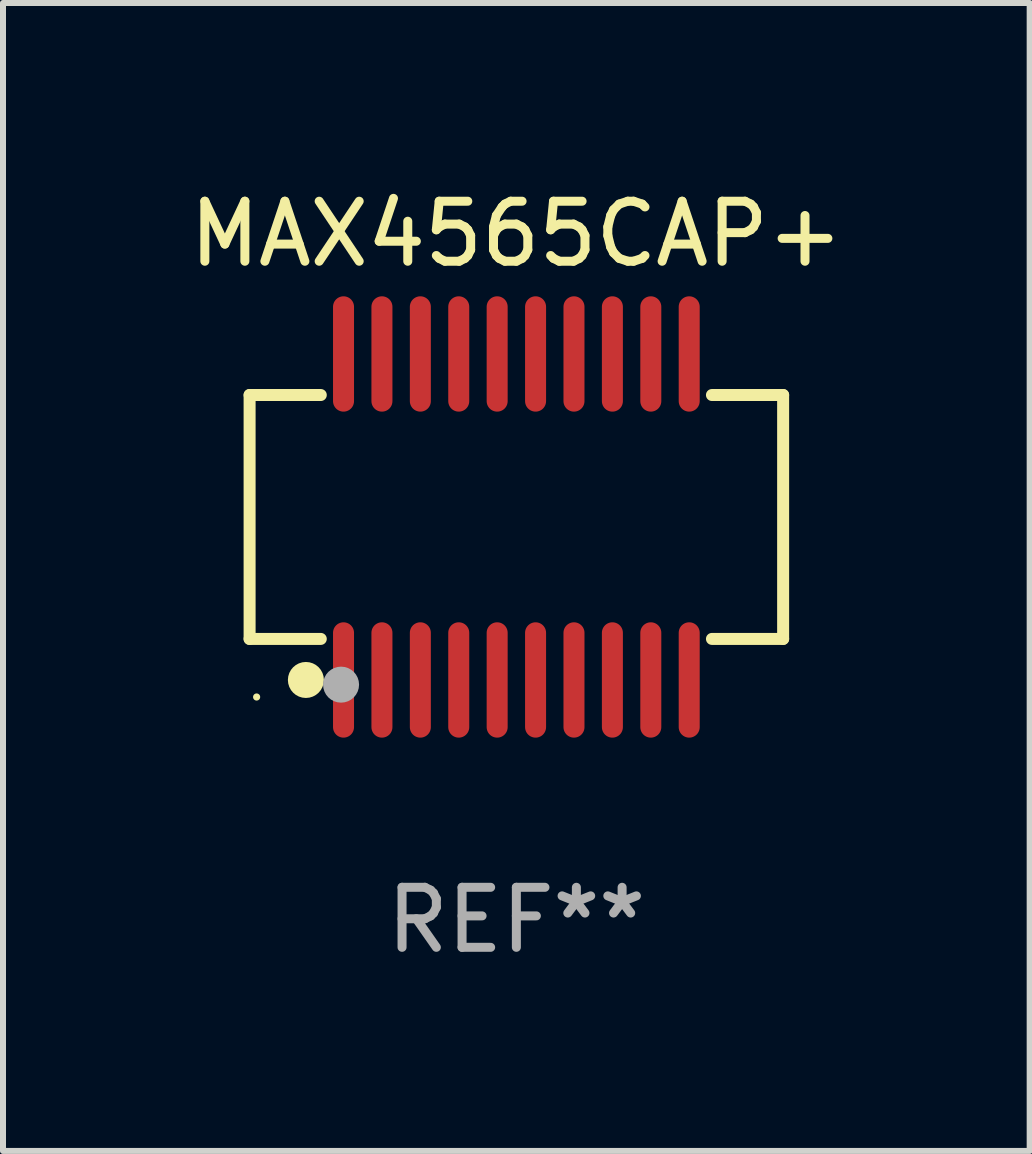
<source format=kicad_pcb>
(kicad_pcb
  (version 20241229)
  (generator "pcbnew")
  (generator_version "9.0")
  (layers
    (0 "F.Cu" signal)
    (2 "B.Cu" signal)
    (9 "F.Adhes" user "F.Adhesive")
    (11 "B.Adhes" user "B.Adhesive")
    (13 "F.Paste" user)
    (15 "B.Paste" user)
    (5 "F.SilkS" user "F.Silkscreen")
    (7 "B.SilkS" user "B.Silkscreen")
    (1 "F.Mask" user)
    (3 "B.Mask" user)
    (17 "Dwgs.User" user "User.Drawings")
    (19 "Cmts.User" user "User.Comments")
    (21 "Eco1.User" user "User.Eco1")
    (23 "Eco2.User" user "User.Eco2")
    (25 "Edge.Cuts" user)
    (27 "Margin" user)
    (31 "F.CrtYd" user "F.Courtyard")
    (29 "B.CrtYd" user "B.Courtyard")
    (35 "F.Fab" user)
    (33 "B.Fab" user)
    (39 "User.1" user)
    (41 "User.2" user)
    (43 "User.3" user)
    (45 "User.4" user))
  (footprint "MAX4565CAP+"
    (layer "F.Cu")
    (at 5.554 5.564)
    (property "Reference" "MAX4565CAP+" (at 0 -4.716 0) (layer "F.SilkS") (effects (font (size 1 1) (thickness 0.15))))
    (attr through_hole)
    (fp_line (start -4.445 -2.032) (end -4.445 2.032) (stroke (width 0.2) (type solid)) (layer "F.SilkS"))
    (fp_line (start -4.445 2.032) (end -3.259 2.032) (stroke (width 0.2) (type solid)) (layer "F.SilkS"))
    (fp_line (start -3.429 -2.032) (end -4.445 -2.032) (stroke (width 0.2) (type solid)) (layer "F.SilkS"))
    (fp_line (start -3.259 -2.032) (end -3.429 -2.032) (stroke (width 0.2) (type solid)) (layer "F.SilkS"))
    (fp_line (start 3.259 2.032) (end 4.445 2.032) (stroke (width 0.2) (type solid)) (layer "F.SilkS"))
    (fp_line (start 4.445 -2.032) (end 3.259 -2.032) (stroke (width 0.2) (type solid)) (layer "F.SilkS"))
    (fp_line (start 4.445 2.032) (end 4.445 -2.032) (stroke (width 0.2) (type solid)) (layer "F.SilkS"))
    (fp_circle (center -4.328 3) (end -4.298 3) (stroke (width 0.06) (type solid)) (fill no) (layer "F.SilkS"))
    (fp_circle (center -3.507 2.716) (end -3.357 2.716) (stroke (width 0.3) (type solid)) (fill no) (layer "F.SilkS"))
    (fp_circle (center -2.921 2.794) (end -2.771 2.794) (stroke (width 0.3) (type solid)) (fill no) (layer "F.Fab"))
    (fp_text user "REF**" (at 0 6.716 0) (layer "F.Fab") (effects (font (size 1 1) (thickness 0.15))))
    (pad "1" smd oval (at -2.88 2.716) (size 0.35 1.922) (layers "F.Cu" "F.Mask" "F.Paste"))
    (pad "2" smd oval (at -2.24 2.716) (size 0.35 1.922) (layers "F.Cu" "F.Mask" "F.Paste"))
    (pad "3" smd oval (at -1.6 2.716) (size 0.35 1.922) (layers "F.Cu" "F.Mask" "F.Paste"))
    (pad "4" smd oval (at -0.96 2.716) (size 0.35 1.922) (layers "F.Cu" "F.Mask" "F.Paste"))
    (pad "5" smd oval (at -0.32 2.716) (size 0.35 1.922) (layers "F.Cu" "F.Mask" "F.Paste"))
    (pad "6" smd oval (at 0.32 2.716) (size 0.35 1.922) (layers "F.Cu" "F.Mask" "F.Paste"))
    (pad "7" smd oval (at 0.96 2.716) (size 0.35 1.922) (layers "F.Cu" "F.Mask" "F.Paste"))
    (pad "8" smd oval (at 1.6 2.716) (size 0.35 1.922) (layers "F.Cu" "F.Mask" "F.Paste"))
    (pad "9" smd oval (at 2.24 2.716) (size 0.35 1.922) (layers "F.Cu" "F.Mask" "F.Paste"))
    (pad "10" smd oval (at 2.88 2.716) (size 0.35 1.922) (layers "F.Cu" "F.Mask" "F.Paste"))
    (pad "11" smd oval (at 2.88 -2.716) (size 0.35 1.922) (layers "F.Cu" "F.Mask" "F.Paste"))
    (pad "12" smd oval (at 2.24 -2.716) (size 0.35 1.922) (layers "F.Cu" "F.Mask" "F.Paste"))
    (pad "13" smd oval (at 1.6 -2.716) (size 0.35 1.922) (layers "F.Cu" "F.Mask" "F.Paste"))
    (pad "14" smd oval (at 0.96 -2.716) (size 0.35 1.922) (layers "F.Cu" "F.Mask" "F.Paste"))
    (pad "15" smd oval (at 0.32 -2.716) (size 0.35 1.922) (layers "F.Cu" "F.Mask" "F.Paste"))
    (pad "16" smd oval (at -0.32 -2.716) (size 0.35 1.922) (layers "F.Cu" "F.Mask" "F.Paste"))
    (pad "17" smd oval (at -0.96 -2.716) (size 0.35 1.922) (layers "F.Cu" "F.Mask" "F.Paste"))
    (pad "18" smd oval (at -1.6 -2.716) (size 0.35 1.922) (layers "F.Cu" "F.Mask" "F.Paste"))
    (pad "19" smd oval (at -2.24 -2.716) (size 0.35 1.922) (layers "F.Cu" "F.Mask" "F.Paste"))
    (pad "20" smd oval (at -2.88 -2.716) (size 0.35 1.922) (layers "F.Cu" "F.Mask" "F.Paste")))
  (gr_rect
    (start -3 -3)
    (end 14.107 16.128)
    (stroke (width 0.1) (type default))
    (fill no)
    (layer "Edge.Cuts")))
</source>
